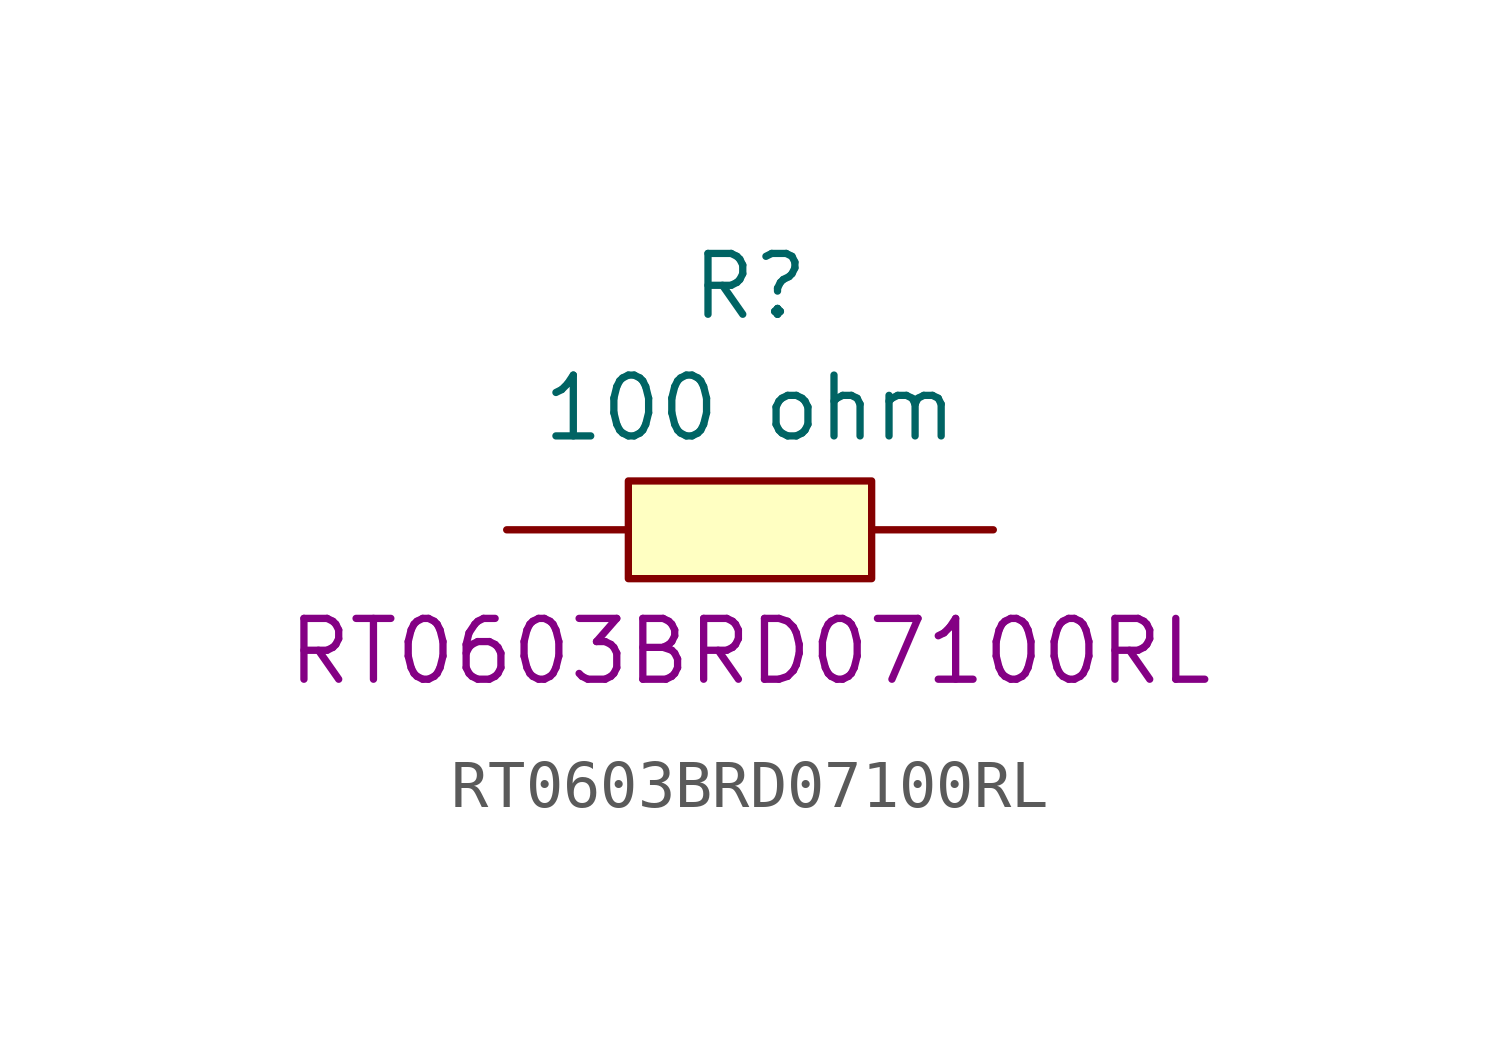
<source format=kicad_sym>
(kicad_symbol_lib
  (version 20220914)
  (generator kicad_symbol_editor)
  (symbol "RT0603BRD07100RL"
    (pin_numbers hide)
    (pin_names hide)
    (property "Reference" "R"
      (at 0 5.08 0)
      (effects (font (size 1.27 1.27))))
    (property "Value" "100 ohm"
      (at 0 2.54 0)
      (effects (font (size 1.27 1.27))))
    (property "Manufacturer_Part_Number" "RT0603BRD07100RL"
      (at 0 -2.54 0)
      (effects (font (size 1.27 1.27))))
    (symbol "RT0603BRD07100RL_0_1"
      (rectangle (start -2.54 1.02) (end 2.54 -1.02) (stroke (width 0) (type default)) (fill (type background)))
      (pin input line (at -5.08 0 0) (length 2.54) (name "1" (effects (font (size 1.27 1.27)))) (number "1" (effects (font (size 1.27 1.27)))))
      (pin input line (at 5.08 0 180) (length 2.54) (name "2" (effects (font (size 1.27 1.27)))) (number "2" (effects (font (size 1.27 1.27))))))))
</source>
